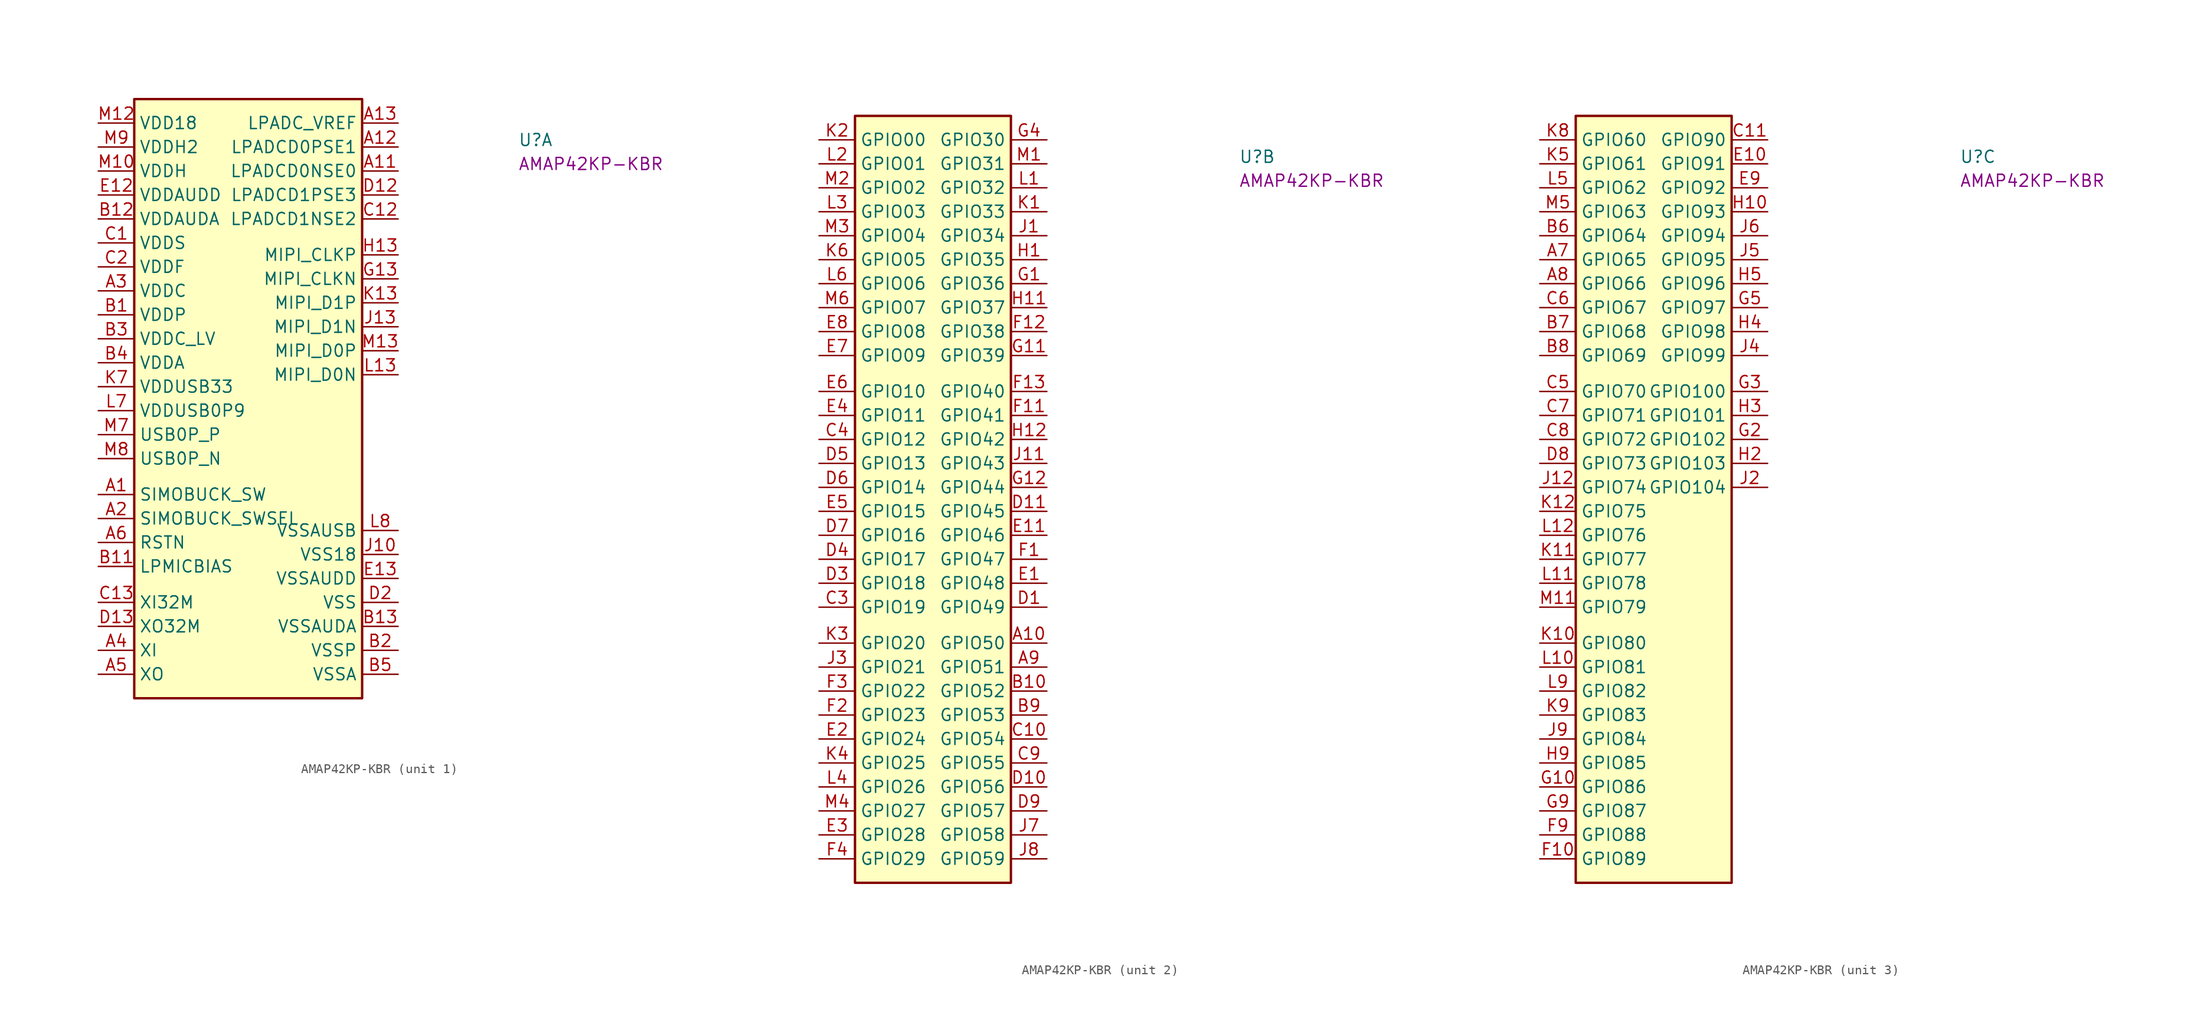
<source format=kicad_sym>
(kicad_symbol_lib
  (version 20220914)
  (generator kicad_symbol_editor)
  (symbol "AMAP42KP-KBR"
    (property "Reference" "U"
      (at 44.45 -2.54 0)
      (effects (font (size 1.27 1.27) (thickness 0.15)) (justify left bottom)))
    (property "MPN" "AMAP42KP-KBR"
      (at 44.45 -5.08 0)
      (effects (font (size 1.27 1.27) (thickness 0.15)) (justify left bottom)))
    (property "ki_locked" ""
      (at 0 0 0)
      (effects (font (size 1.27 1.27))))
    (symbol "AMAP42KP-KBR_1_1"
      (rectangle (start 3.81 2.54) (end 27.94 -60.96) (stroke (width 0.254) (type default)) (fill (type background)))
      (pin passive line (at 0 -39.37 0) (length 3.81) (name "SIMOBUCK_SW" (effects (font (size 1.27 1.27)))) (number "A1" (effects (font (size 1.27 1.27)))))
      (pin passive line (at 31.75 -5.08 180) (length 3.81) (name "LPADCD0NSE0" (effects (font (size 1.27 1.27)))) (number "A11" (effects (font (size 1.27 1.27)))))
      (pin passive line (at 31.75 -2.54 180) (length 3.81) (name "LPADCD0PSE1" (effects (font (size 1.27 1.27)))) (number "A12" (effects (font (size 1.27 1.27)))))
      (pin passive line (at 31.75 0 180) (length 3.81) (name "LPADC_VREF" (effects (font (size 1.27 1.27)))) (number "A13" (effects (font (size 1.27 1.27)))))
      (pin passive line (at 0 -41.91 0) (length 3.81) (name "SIMOBUCK_SWSEL" (effects (font (size 1.27 1.27)))) (number "A2" (effects (font (size 1.27 1.27)))))
      (pin passive line (at 0 -17.78 0) (length 3.81) (name "VDDC" (effects (font (size 1.27 1.27)))) (number "A3" (effects (font (size 1.27 1.27)))))
      (pin passive line (at 0 -55.88 0) (length 3.81) (name "XI" (effects (font (size 1.27 1.27)))) (number "A4" (effects (font (size 1.27 1.27)))))
      (pin passive line (at 0 -58.42 0) (length 3.81) (name "XO" (effects (font (size 1.27 1.27)))) (number "A5" (effects (font (size 1.27 1.27)))))
      (pin passive line (at 0 -44.45 0) (length 3.81) (name "RSTN" (effects (font (size 1.27 1.27)))) (number "A6" (effects (font (size 1.27 1.27)))))
      (pin passive line (at 0 -20.32 0) (length 3.81) (name "VDDP" (effects (font (size 1.27 1.27)))) (number "B1" (effects (font (size 1.27 1.27)))))
      (pin passive line (at 0 -46.99 0) (length 3.81) (name "LPMICBIAS" (effects (font (size 1.27 1.27)))) (number "B11" (effects (font (size 1.27 1.27)))))
      (pin passive line (at 0 -10.16 0) (length 3.81) (name "VDDAUDA" (effects (font (size 1.27 1.27)))) (number "B12" (effects (font (size 1.27 1.27)))))
      (pin passive line (at 31.75 -53.34 180) (length 3.81) (name "VSSAUDA" (effects (font (size 1.27 1.27)))) (number "B13" (effects (font (size 1.27 1.27)))))
      (pin passive line (at 31.75 -55.88 180) (length 3.81) (name "VSSP" (effects (font (size 1.27 1.27)))) (number "B2" (effects (font (size 1.27 1.27)))))
      (pin passive line (at 0 -22.86 0) (length 3.81) (name "VDDC_LV" (effects (font (size 1.27 1.27)))) (number "B3" (effects (font (size 1.27 1.27)))))
      (pin passive line (at 0 -25.4 0) (length 3.81) (name "VDDA" (effects (font (size 1.27 1.27)))) (number "B4" (effects (font (size 1.27 1.27)))))
      (pin passive line (at 31.75 -58.42 180) (length 3.81) (name "VSSA" (effects (font (size 1.27 1.27)))) (number "B5" (effects (font (size 1.27 1.27)))))
      (pin passive line (at 0 -12.7 0) (length 3.81) (name "VDDS" (effects (font (size 1.27 1.27)))) (number "C1" (effects (font (size 1.27 1.27)))))
      (pin passive line (at 31.75 -10.16 180) (length 3.81) (name "LPADCD1NSE2" (effects (font (size 1.27 1.27)))) (number "C12" (effects (font (size 1.27 1.27)))))
      (pin passive line (at 0 -50.8 0) (length 3.81) (name "XI32M" (effects (font (size 1.27 1.27)))) (number "C13" (effects (font (size 1.27 1.27)))))
      (pin passive line (at 0 -15.24 0) (length 3.81) (name "VDDF" (effects (font (size 1.27 1.27)))) (number "C2" (effects (font (size 1.27 1.27)))))
      (pin passive line (at 31.75 -7.62 180) (length 3.81) (name "LPADCD1PSE3" (effects (font (size 1.27 1.27)))) (number "D12" (effects (font (size 1.27 1.27)))))
      (pin passive line (at 0 -53.34 0) (length 3.81) (name "XO32M" (effects (font (size 1.27 1.27)))) (number "D13" (effects (font (size 1.27 1.27)))))
      (pin passive line (at 31.75 -50.8 180) (length 3.81) (name "VSS" (effects (font (size 1.27 1.27)))) (number "D2" (effects (font (size 1.27 1.27)))))
      (pin passive line (at 0 -7.62 0) (length 3.81) (name "VDDAUDD" (effects (font (size 1.27 1.27)))) (number "E12" (effects (font (size 1.27 1.27)))))
      (pin passive line (at 31.75 -48.26 180) (length 3.81) (name "VSSAUDD" (effects (font (size 1.27 1.27)))) (number "E13" (effects (font (size 1.27 1.27)))))
      (pin no_connect line (at 27.94 -30.48 180) (length 3.81) hide (name "NC" (effects (font (size 1.27 1.27)))) (number "F5" (effects (font (size 1.27 1.27)))))
      (pin no_connect line (at 27.94 -33.02 180) (length 3.81) hide (name "NC" (effects (font (size 1.27 1.27)))) (number "F6" (effects (font (size 1.27 1.27)))))
      (pin no_connect line (at 27.94 -34.29 180) (length 3.81) hide (name "NC" (effects (font (size 1.27 1.27)))) (number "F7" (effects (font (size 1.27 1.27)))))
      (pin no_connect line (at 27.94 -35.56 180) (length 3.81) hide (name "NC" (effects (font (size 1.27 1.27)))) (number "F8" (effects (font (size 1.27 1.27)))))
      (pin passive line (at 31.75 -16.51 180) (length 3.81) (name "MIPI_CLKN" (effects (font (size 1.27 1.27)))) (number "G13" (effects (font (size 1.27 1.27)))))
      (pin no_connect line (at 27.94 -36.83 180) (length 3.81) hide (name "NC" (effects (font (size 1.27 1.27)))) (number "G6" (effects (font (size 1.27 1.27)))))
      (pin no_connect line (at 27.94 -29.21 180) (length 3.81) hide (name "NC" (effects (font (size 1.27 1.27)))) (number "G7" (effects (font (size 1.27 1.27)))))
      (pin no_connect line (at 27.94 -31.75 180) (length 3.81) hide (name "NC" (effects (font (size 1.27 1.27)))) (number "G8" (effects (font (size 1.27 1.27)))))
      (pin passive line (at 31.75 -13.97 180) (length 3.81) (name "MIPI_CLKP" (effects (font (size 1.27 1.27)))) (number "H13" (effects (font (size 1.27 1.27)))))
      (pin no_connect line (at 27.94 -38.1 180) (length 3.81) hide (name "NC" (effects (font (size 1.27 1.27)))) (number "H6" (effects (font (size 1.27 1.27)))))
      (pin no_connect line (at 27.94 -40.64 180) (length 3.81) hide (name "NC" (effects (font (size 1.27 1.27)))) (number "H7" (effects (font (size 1.27 1.27)))))
      (pin no_connect line (at 27.94 -39.37 180) (length 3.81) hide (name "NC" (effects (font (size 1.27 1.27)))) (number "H8" (effects (font (size 1.27 1.27)))))
      (pin passive line (at 31.75 -45.72 180) (length 3.81) (name "VSS18" (effects (font (size 1.27 1.27)))) (number "J10" (effects (font (size 1.27 1.27)))))
      (pin passive line (at 31.75 -21.59 180) (length 3.81) (name "MIPI_D1N" (effects (font (size 1.27 1.27)))) (number "J13" (effects (font (size 1.27 1.27)))))
      (pin passive line (at 31.75 -19.05 180) (length 3.81) (name "MIPI_D1P" (effects (font (size 1.27 1.27)))) (number "K13" (effects (font (size 1.27 1.27)))))
      (pin passive line (at 0 -27.94 0) (length 3.81) (name "VDDUSB33" (effects (font (size 1.27 1.27)))) (number "K7" (effects (font (size 1.27 1.27)))))
      (pin passive line (at 31.75 -26.67 180) (length 3.81) (name "MIPI_D0N" (effects (font (size 1.27 1.27)))) (number "L13" (effects (font (size 1.27 1.27)))))
      (pin passive line (at 0 -30.48 0) (length 3.81) (name "VDDUSB0P9" (effects (font (size 1.27 1.27)))) (number "L7" (effects (font (size 1.27 1.27)))))
      (pin passive line (at 31.75 -43.18 180) (length 3.81) (name "VSSAUSB" (effects (font (size 1.27 1.27)))) (number "L8" (effects (font (size 1.27 1.27)))))
      (pin passive line (at 0 -5.08 0) (length 3.81) (name "VDDH" (effects (font (size 1.27 1.27)))) (number "M10" (effects (font (size 1.27 1.27)))))
      (pin passive line (at 0 0 0) (length 3.81) (name "VDD18" (effects (font (size 1.27 1.27)))) (number "M12" (effects (font (size 1.27 1.27)))))
      (pin passive line (at 31.75 -24.13 180) (length 3.81) (name "MIPI_D0P" (effects (font (size 1.27 1.27)))) (number "M13" (effects (font (size 1.27 1.27)))))
      (pin passive line (at 0 -33.02 0) (length 3.81) (name "USB0P_P" (effects (font (size 1.27 1.27)))) (number "M7" (effects (font (size 1.27 1.27)))))
      (pin passive line (at 0 -35.56 0) (length 3.81) (name "USB0P_N" (effects (font (size 1.27 1.27)))) (number "M8" (effects (font (size 1.27 1.27)))))
      (pin passive line (at 0 -2.54 0) (length 3.81) (name "VDDH2" (effects (font (size 1.27 1.27)))) (number "M9" (effects (font (size 1.27 1.27))))))
    (symbol "AMAP42KP-KBR_2_1"
      (rectangle (start 3.81 2.54) (end 20.32 -78.74) (stroke (width 0.254) (type default)) (fill (type background)))
      (pin passive line (at 24.13 -53.34 180) (length 3.81) (name "GPIO50" (effects (font (size 1.27 1.27)))) (number "A10" (effects (font (size 1.27 1.27)))))
      (pin passive line (at 24.13 -55.88 180) (length 3.81) (name "GPIO51" (effects (font (size 1.27 1.27)))) (number "A9" (effects (font (size 1.27 1.27)))))
      (pin passive line (at 24.13 -58.42 180) (length 3.81) (name "GPIO52" (effects (font (size 1.27 1.27)))) (number "B10" (effects (font (size 1.27 1.27)))))
      (pin passive line (at 24.13 -60.96 180) (length 3.81) (name "GPIO53" (effects (font (size 1.27 1.27)))) (number "B9" (effects (font (size 1.27 1.27)))))
      (pin passive line (at 24.13 -63.5 180) (length 3.81) (name "GPIO54" (effects (font (size 1.27 1.27)))) (number "C10" (effects (font (size 1.27 1.27)))))
      (pin passive line (at 0 -49.53 0) (length 3.81) (name "GPIO19" (effects (font (size 1.27 1.27)))) (number "C3" (effects (font (size 1.27 1.27)))))
      (pin passive line (at 0 -31.75 0) (length 3.81) (name "GPIO12" (effects (font (size 1.27 1.27)))) (number "C4" (effects (font (size 1.27 1.27)))))
      (pin passive line (at 24.13 -66.04 180) (length 3.81) (name "GPIO55" (effects (font (size 1.27 1.27)))) (number "C9" (effects (font (size 1.27 1.27)))))
      (pin passive line (at 24.13 -49.53 180) (length 3.81) (name "GPIO49" (effects (font (size 1.27 1.27)))) (number "D1" (effects (font (size 1.27 1.27)))))
      (pin passive line (at 24.13 -68.58 180) (length 3.81) (name "GPIO56" (effects (font (size 1.27 1.27)))) (number "D10" (effects (font (size 1.27 1.27)))))
      (pin passive line (at 24.13 -39.37 180) (length 3.81) (name "GPIO45" (effects (font (size 1.27 1.27)))) (number "D11" (effects (font (size 1.27 1.27)))))
      (pin passive line (at 0 -46.99 0) (length 3.81) (name "GPIO18" (effects (font (size 1.27 1.27)))) (number "D3" (effects (font (size 1.27 1.27)))))
      (pin passive line (at 0 -44.45 0) (length 3.81) (name "GPIO17" (effects (font (size 1.27 1.27)))) (number "D4" (effects (font (size 1.27 1.27)))))
      (pin passive line (at 0 -34.29 0) (length 3.81) (name "GPIO13" (effects (font (size 1.27 1.27)))) (number "D5" (effects (font (size 1.27 1.27)))))
      (pin passive line (at 0 -36.83 0) (length 3.81) (name "GPIO14" (effects (font (size 1.27 1.27)))) (number "D6" (effects (font (size 1.27 1.27)))))
      (pin passive line (at 0 -41.91 0) (length 3.81) (name "GPIO16" (effects (font (size 1.27 1.27)))) (number "D7" (effects (font (size 1.27 1.27)))))
      (pin passive line (at 24.13 -71.12 180) (length 3.81) (name "GPIO57" (effects (font (size 1.27 1.27)))) (number "D9" (effects (font (size 1.27 1.27)))))
      (pin passive line (at 24.13 -46.99 180) (length 3.81) (name "GPIO48" (effects (font (size 1.27 1.27)))) (number "E1" (effects (font (size 1.27 1.27)))))
      (pin passive line (at 24.13 -41.91 180) (length 3.81) (name "GPIO46" (effects (font (size 1.27 1.27)))) (number "E11" (effects (font (size 1.27 1.27)))))
      (pin passive line (at 0 -63.5 0) (length 3.81) (name "GPIO24" (effects (font (size 1.27 1.27)))) (number "E2" (effects (font (size 1.27 1.27)))))
      (pin passive line (at 0 -73.66 0) (length 3.81) (name "GPIO28" (effects (font (size 1.27 1.27)))) (number "E3" (effects (font (size 1.27 1.27)))))
      (pin passive line (at 0 -29.21 0) (length 3.81) (name "GPIO11" (effects (font (size 1.27 1.27)))) (number "E4" (effects (font (size 1.27 1.27)))))
      (pin passive line (at 0 -39.37 0) (length 3.81) (name "GPIO15" (effects (font (size 1.27 1.27)))) (number "E5" (effects (font (size 1.27 1.27)))))
      (pin passive line (at 0 -26.67 0) (length 3.81) (name "GPIO10" (effects (font (size 1.27 1.27)))) (number "E6" (effects (font (size 1.27 1.27)))))
      (pin passive line (at 0 -22.86 0) (length 3.81) (name "GPIO09" (effects (font (size 1.27 1.27)))) (number "E7" (effects (font (size 1.27 1.27)))))
      (pin passive line (at 0 -20.32 0) (length 3.81) (name "GPIO08" (effects (font (size 1.27 1.27)))) (number "E8" (effects (font (size 1.27 1.27)))))
      (pin passive line (at 24.13 -44.45 180) (length 3.81) (name "GPIO47" (effects (font (size 1.27 1.27)))) (number "F1" (effects (font (size 1.27 1.27)))))
      (pin passive line (at 24.13 -29.21 180) (length 3.81) (name "GPIO41" (effects (font (size 1.27 1.27)))) (number "F11" (effects (font (size 1.27 1.27)))))
      (pin passive line (at 24.13 -20.32 180) (length 3.81) (name "GPIO38" (effects (font (size 1.27 1.27)))) (number "F12" (effects (font (size 1.27 1.27)))))
      (pin passive line (at 24.13 -26.67 180) (length 3.81) (name "GPIO40" (effects (font (size 1.27 1.27)))) (number "F13" (effects (font (size 1.27 1.27)))))
      (pin passive line (at 0 -60.96 0) (length 3.81) (name "GPIO23" (effects (font (size 1.27 1.27)))) (number "F2" (effects (font (size 1.27 1.27)))))
      (pin passive line (at 0 -58.42 0) (length 3.81) (name "GPIO22" (effects (font (size 1.27 1.27)))) (number "F3" (effects (font (size 1.27 1.27)))))
      (pin passive line (at 0 -76.2 0) (length 3.81) (name "GPIO29" (effects (font (size 1.27 1.27)))) (number "F4" (effects (font (size 1.27 1.27)))))
      (pin passive line (at 24.13 -15.24 180) (length 3.81) (name "GPIO36" (effects (font (size 1.27 1.27)))) (number "G1" (effects (font (size 1.27 1.27)))))
      (pin passive line (at 24.13 -22.86 180) (length 3.81) (name "GPIO39" (effects (font (size 1.27 1.27)))) (number "G11" (effects (font (size 1.27 1.27)))))
      (pin passive line (at 24.13 -36.83 180) (length 3.81) (name "GPIO44" (effects (font (size 1.27 1.27)))) (number "G12" (effects (font (size 1.27 1.27)))))
      (pin passive line (at 24.13 0 180) (length 3.81) (name "GPIO30" (effects (font (size 1.27 1.27)))) (number "G4" (effects (font (size 1.27 1.27)))))
      (pin passive line (at 24.13 -12.7 180) (length 3.81) (name "GPIO35" (effects (font (size 1.27 1.27)))) (number "H1" (effects (font (size 1.27 1.27)))))
      (pin passive line (at 24.13 -17.78 180) (length 3.81) (name "GPIO37" (effects (font (size 1.27 1.27)))) (number "H11" (effects (font (size 1.27 1.27)))))
      (pin passive line (at 24.13 -31.75 180) (length 3.81) (name "GPIO42" (effects (font (size 1.27 1.27)))) (number "H12" (effects (font (size 1.27 1.27)))))
      (pin passive line (at 24.13 -10.16 180) (length 3.81) (name "GPIO34" (effects (font (size 1.27 1.27)))) (number "J1" (effects (font (size 1.27 1.27)))))
      (pin passive line (at 24.13 -34.29 180) (length 3.81) (name "GPIO43" (effects (font (size 1.27 1.27)))) (number "J11" (effects (font (size 1.27 1.27)))))
      (pin passive line (at 0 -55.88 0) (length 3.81) (name "GPIO21" (effects (font (size 1.27 1.27)))) (number "J3" (effects (font (size 1.27 1.27)))))
      (pin passive line (at 24.13 -73.66 180) (length 3.81) (name "GPIO58" (effects (font (size 1.27 1.27)))) (number "J7" (effects (font (size 1.27 1.27)))))
      (pin passive line (at 24.13 -76.2 180) (length 3.81) (name "GPIO59" (effects (font (size 1.27 1.27)))) (number "J8" (effects (font (size 1.27 1.27)))))
      (pin passive line (at 24.13 -7.62 180) (length 3.81) (name "GPIO33" (effects (font (size 1.27 1.27)))) (number "K1" (effects (font (size 1.27 1.27)))))
      (pin passive line (at 0 0 0) (length 3.81) (name "GPIO00" (effects (font (size 1.27 1.27)))) (number "K2" (effects (font (size 1.27 1.27)))))
      (pin passive line (at 0 -53.34 0) (length 3.81) (name "GPIO20" (effects (font (size 1.27 1.27)))) (number "K3" (effects (font (size 1.27 1.27)))))
      (pin passive line (at 0 -66.04 0) (length 3.81) (name "GPIO25" (effects (font (size 1.27 1.27)))) (number "K4" (effects (font (size 1.27 1.27)))))
      (pin passive line (at 0 -12.7 0) (length 3.81) (name "GPIO05" (effects (font (size 1.27 1.27)))) (number "K6" (effects (font (size 1.27 1.27)))))
      (pin passive line (at 24.13 -5.08 180) (length 3.81) (name "GPIO32" (effects (font (size 1.27 1.27)))) (number "L1" (effects (font (size 1.27 1.27)))))
      (pin passive line (at 0 -2.54 0) (length 3.81) (name "GPIO01" (effects (font (size 1.27 1.27)))) (number "L2" (effects (font (size 1.27 1.27)))))
      (pin passive line (at 0 -7.62 0) (length 3.81) (name "GPIO03" (effects (font (size 1.27 1.27)))) (number "L3" (effects (font (size 1.27 1.27)))))
      (pin passive line (at 0 -68.58 0) (length 3.81) (name "GPIO26" (effects (font (size 1.27 1.27)))) (number "L4" (effects (font (size 1.27 1.27)))))
      (pin passive line (at 0 -15.24 0) (length 3.81) (name "GPIO06" (effects (font (size 1.27 1.27)))) (number "L6" (effects (font (size 1.27 1.27)))))
      (pin passive line (at 24.13 -2.54 180) (length 3.81) (name "GPIO31" (effects (font (size 1.27 1.27)))) (number "M1" (effects (font (size 1.27 1.27)))))
      (pin passive line (at 0 -5.08 0) (length 3.81) (name "GPIO02" (effects (font (size 1.27 1.27)))) (number "M2" (effects (font (size 1.27 1.27)))))
      (pin passive line (at 0 -10.16 0) (length 3.81) (name "GPIO04" (effects (font (size 1.27 1.27)))) (number "M3" (effects (font (size 1.27 1.27)))))
      (pin passive line (at 0 -71.12 0) (length 3.81) (name "GPIO27" (effects (font (size 1.27 1.27)))) (number "M4" (effects (font (size 1.27 1.27)))))
      (pin passive line (at 0 -17.78 0) (length 3.81) (name "GPIO07" (effects (font (size 1.27 1.27)))) (number "M6" (effects (font (size 1.27 1.27))))))
    (symbol "AMAP42KP-KBR_3_1"
      (rectangle (start 3.81 2.54) (end 20.32 -78.74) (stroke (width 0.254) (type default)) (fill (type background)))
      (pin passive line (at 0 -12.7 0) (length 3.81) (name "GPIO65" (effects (font (size 1.27 1.27)))) (number "A7" (effects (font (size 1.27 1.27)))))
      (pin passive line (at 0 -15.24 0) (length 3.81) (name "GPIO66" (effects (font (size 1.27 1.27)))) (number "A8" (effects (font (size 1.27 1.27)))))
      (pin passive line (at 0 -10.16 0) (length 3.81) (name "GPIO64" (effects (font (size 1.27 1.27)))) (number "B6" (effects (font (size 1.27 1.27)))))
      (pin passive line (at 0 -20.32 0) (length 3.81) (name "GPIO68" (effects (font (size 1.27 1.27)))) (number "B7" (effects (font (size 1.27 1.27)))))
      (pin passive line (at 0 -22.86 0) (length 3.81) (name "GPIO69" (effects (font (size 1.27 1.27)))) (number "B8" (effects (font (size 1.27 1.27)))))
      (pin passive line (at 24.13 0 180) (length 3.81) (name "GPIO90" (effects (font (size 1.27 1.27)))) (number "C11" (effects (font (size 1.27 1.27)))))
      (pin passive line (at 0 -26.67 0) (length 3.81) (name "GPIO70" (effects (font (size 1.27 1.27)))) (number "C5" (effects (font (size 1.27 1.27)))))
      (pin passive line (at 0 -17.78 0) (length 3.81) (name "GPIO67" (effects (font (size 1.27 1.27)))) (number "C6" (effects (font (size 1.27 1.27)))))
      (pin passive line (at 0 -29.21 0) (length 3.81) (name "GPIO71" (effects (font (size 1.27 1.27)))) (number "C7" (effects (font (size 1.27 1.27)))))
      (pin passive line (at 0 -31.75 0) (length 3.81) (name "GPIO72" (effects (font (size 1.27 1.27)))) (number "C8" (effects (font (size 1.27 1.27)))))
      (pin passive line (at 0 -34.29 0) (length 3.81) (name "GPIO73" (effects (font (size 1.27 1.27)))) (number "D8" (effects (font (size 1.27 1.27)))))
      (pin passive line (at 24.13 -2.54 180) (length 3.81) (name "GPIO91" (effects (font (size 1.27 1.27)))) (number "E10" (effects (font (size 1.27 1.27)))))
      (pin passive line (at 24.13 -5.08 180) (length 3.81) (name "GPIO92" (effects (font (size 1.27 1.27)))) (number "E9" (effects (font (size 1.27 1.27)))))
      (pin passive line (at 0 -76.2 0) (length 3.81) (name "GPIO89" (effects (font (size 1.27 1.27)))) (number "F10" (effects (font (size 1.27 1.27)))))
      (pin passive line (at 0 -73.66 0) (length 3.81) (name "GPIO88" (effects (font (size 1.27 1.27)))) (number "F9" (effects (font (size 1.27 1.27)))))
      (pin passive line (at 0 -68.58 0) (length 3.81) (name "GPIO86" (effects (font (size 1.27 1.27)))) (number "G10" (effects (font (size 1.27 1.27)))))
      (pin passive line (at 24.13 -31.75 180) (length 3.81) (name "GPIO102" (effects (font (size 1.27 1.27)))) (number "G2" (effects (font (size 1.27 1.27)))))
      (pin passive line (at 24.13 -26.67 180) (length 3.81) (name "GPIO100" (effects (font (size 1.27 1.27)))) (number "G3" (effects (font (size 1.27 1.27)))))
      (pin passive line (at 24.13 -17.78 180) (length 3.81) (name "GPIO97" (effects (font (size 1.27 1.27)))) (number "G5" (effects (font (size 1.27 1.27)))))
      (pin passive line (at 0 -71.12 0) (length 3.81) (name "GPIO87" (effects (font (size 1.27 1.27)))) (number "G9" (effects (font (size 1.27 1.27)))))
      (pin passive line (at 24.13 -7.62 180) (length 3.81) (name "GPIO93" (effects (font (size 1.27 1.27)))) (number "H10" (effects (font (size 1.27 1.27)))))
      (pin passive line (at 24.13 -34.29 180) (length 3.81) (name "GPIO103" (effects (font (size 1.27 1.27)))) (number "H2" (effects (font (size 1.27 1.27)))))
      (pin passive line (at 24.13 -29.21 180) (length 3.81) (name "GPIO101" (effects (font (size 1.27 1.27)))) (number "H3" (effects (font (size 1.27 1.27)))))
      (pin passive line (at 24.13 -20.32 180) (length 3.81) (name "GPIO98" (effects (font (size 1.27 1.27)))) (number "H4" (effects (font (size 1.27 1.27)))))
      (pin passive line (at 24.13 -15.24 180) (length 3.81) (name "GPIO96" (effects (font (size 1.27 1.27)))) (number "H5" (effects (font (size 1.27 1.27)))))
      (pin passive line (at 0 -66.04 0) (length 3.81) (name "GPIO85" (effects (font (size 1.27 1.27)))) (number "H9" (effects (font (size 1.27 1.27)))))
      (pin passive line (at 0 -36.83 0) (length 3.81) (name "GPIO74" (effects (font (size 1.27 1.27)))) (number "J12" (effects (font (size 1.27 1.27)))))
      (pin passive line (at 24.13 -36.83 180) (length 3.81) (name "GPIO104" (effects (font (size 1.27 1.27)))) (number "J2" (effects (font (size 1.27 1.27)))))
      (pin passive line (at 24.13 -22.86 180) (length 3.81) (name "GPIO99" (effects (font (size 1.27 1.27)))) (number "J4" (effects (font (size 1.27 1.27)))))
      (pin passive line (at 24.13 -12.7 180) (length 3.81) (name "GPIO95" (effects (font (size 1.27 1.27)))) (number "J5" (effects (font (size 1.27 1.27)))))
      (pin passive line (at 24.13 -10.16 180) (length 3.81) (name "GPIO94" (effects (font (size 1.27 1.27)))) (number "J6" (effects (font (size 1.27 1.27)))))
      (pin passive line (at 0 -63.5 0) (length 3.81) (name "GPIO84" (effects (font (size 1.27 1.27)))) (number "J9" (effects (font (size 1.27 1.27)))))
      (pin passive line (at 0 -53.34 0) (length 3.81) (name "GPIO80" (effects (font (size 1.27 1.27)))) (number "K10" (effects (font (size 1.27 1.27)))))
      (pin passive line (at 0 -44.45 0) (length 3.81) (name "GPIO77" (effects (font (size 1.27 1.27)))) (number "K11" (effects (font (size 1.27 1.27)))))
      (pin passive line (at 0 -39.37 0) (length 3.81) (name "GPIO75" (effects (font (size 1.27 1.27)))) (number "K12" (effects (font (size 1.27 1.27)))))
      (pin passive line (at 0 -2.54 0) (length 3.81) (name "GPIO61" (effects (font (size 1.27 1.27)))) (number "K5" (effects (font (size 1.27 1.27)))))
      (pin passive line (at 0 0 0) (length 3.81) (name "GPIO60" (effects (font (size 1.27 1.27)))) (number "K8" (effects (font (size 1.27 1.27)))))
      (pin passive line (at 0 -60.96 0) (length 3.81) (name "GPIO83" (effects (font (size 1.27 1.27)))) (number "K9" (effects (font (size 1.27 1.27)))))
      (pin passive line (at 0 -55.88 0) (length 3.81) (name "GPIO81" (effects (font (size 1.27 1.27)))) (number "L10" (effects (font (size 1.27 1.27)))))
      (pin passive line (at 0 -46.99 0) (length 3.81) (name "GPIO78" (effects (font (size 1.27 1.27)))) (number "L11" (effects (font (size 1.27 1.27)))))
      (pin passive line (at 0 -41.91 0) (length 3.81) (name "GPIO76" (effects (font (size 1.27 1.27)))) (number "L12" (effects (font (size 1.27 1.27)))))
      (pin passive line (at 0 -5.08 0) (length 3.81) (name "GPIO62" (effects (font (size 1.27 1.27)))) (number "L5" (effects (font (size 1.27 1.27)))))
      (pin passive line (at 0 -58.42 0) (length 3.81) (name "GPIO82" (effects (font (size 1.27 1.27)))) (number "L9" (effects (font (size 1.27 1.27)))))
      (pin passive line (at 0 -49.53 0) (length 3.81) (name "GPIO79" (effects (font (size 1.27 1.27)))) (number "M11" (effects (font (size 1.27 1.27)))))
      (pin passive line (at 0 -7.62 0) (length 3.81) (name "GPIO63" (effects (font (size 1.27 1.27)))) (number "M5" (effects (font (size 1.27 1.27))))))))
</source>
